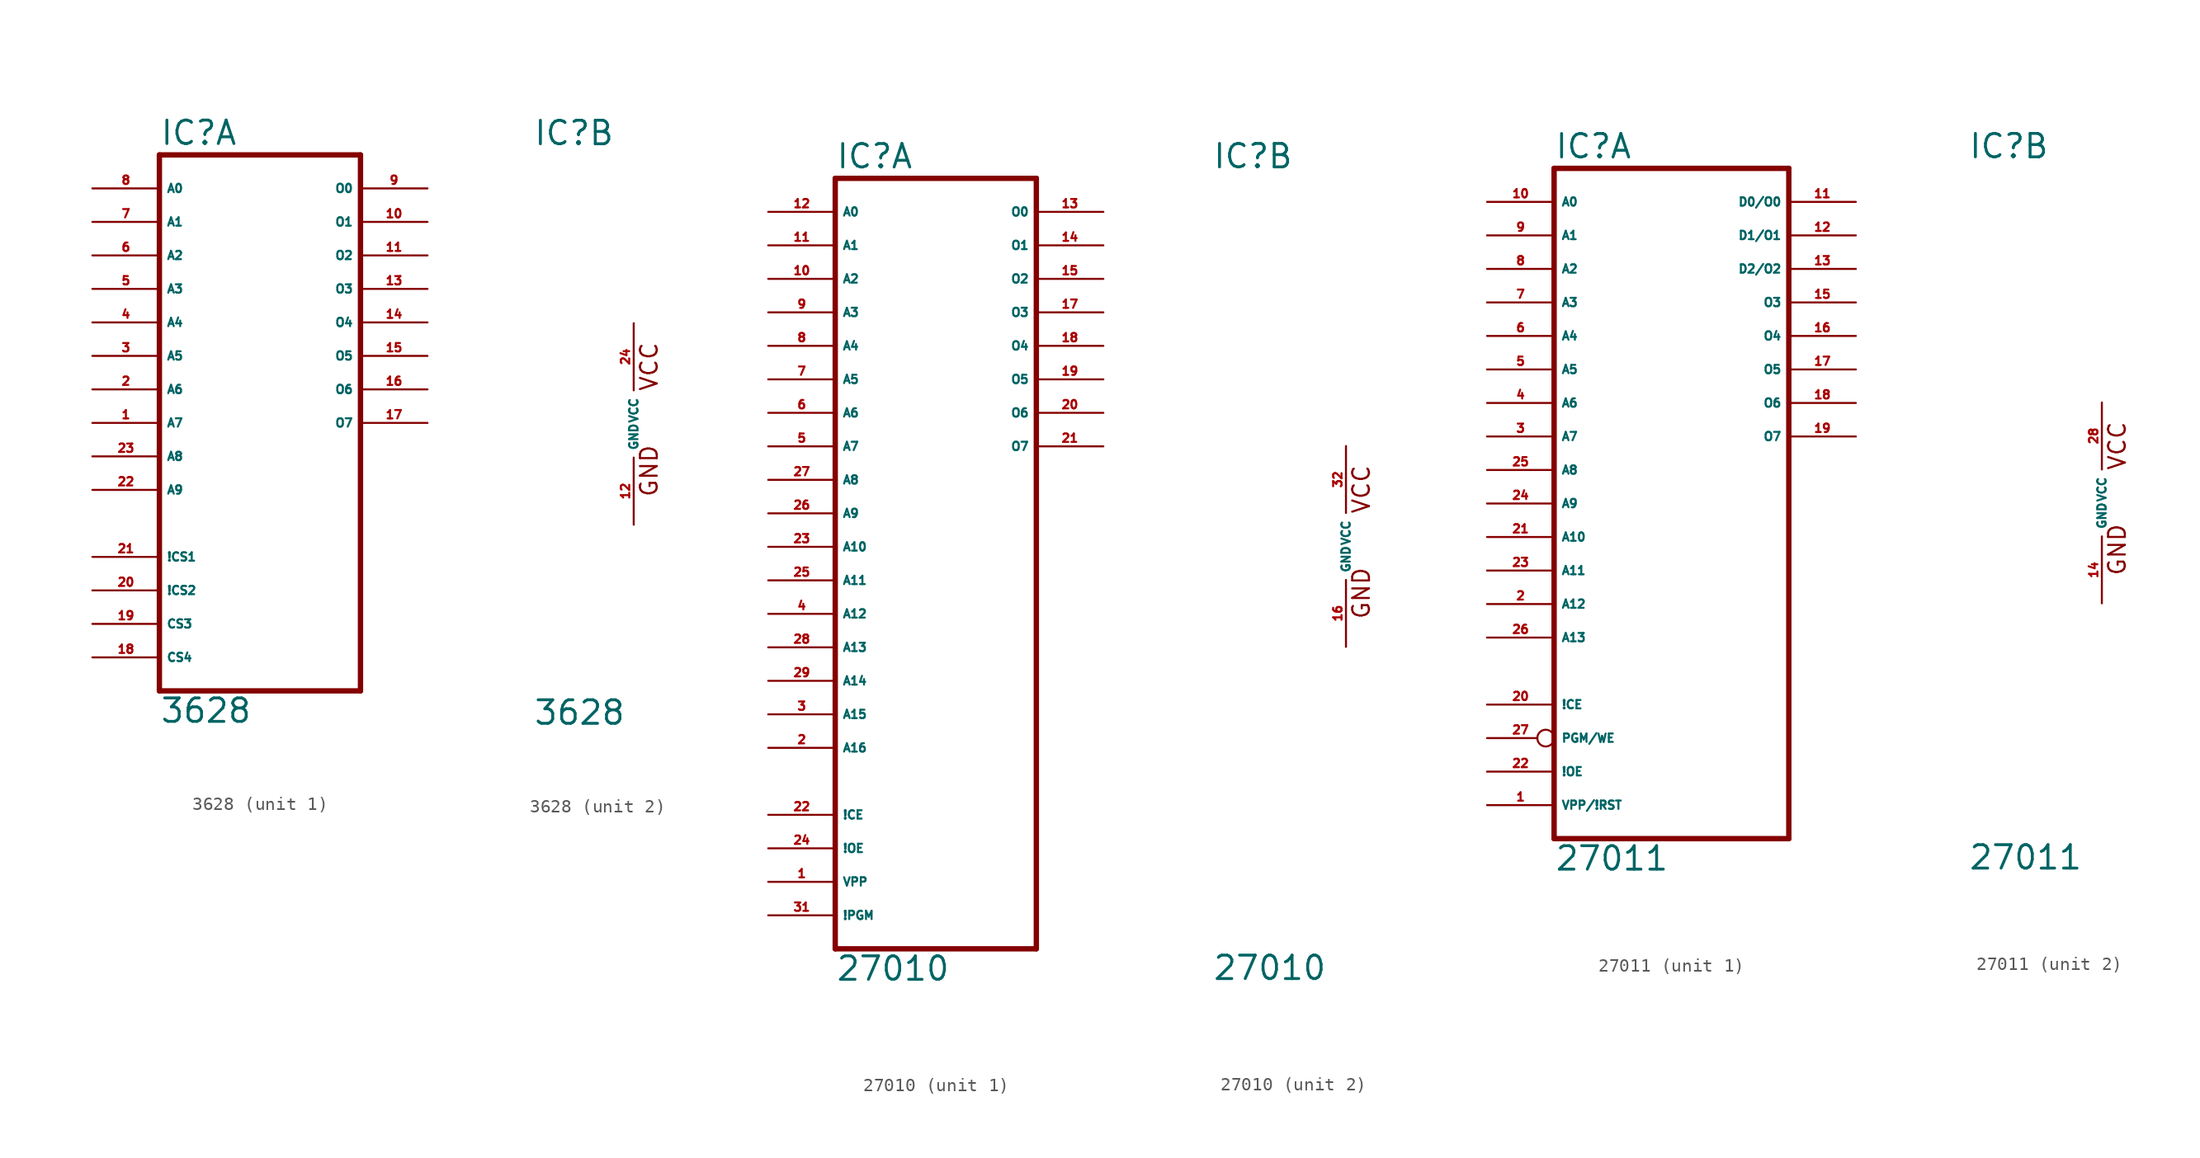
<source format=kicad_sym>
(kicad_symbol_lib
  (version 20220914)
  (generator Eagle2Kicad)
  (symbol "3628"
    (property "Reference" "IC"
      (at -7.62 20.955 0)
      (effects (font (size 1.778 1.778) (thickness 0.22)) (justify left bottom)))
    (property "Value" "3628"
      (at -7.62 -22.86 0)
      (effects (font (size 1.778 1.778) (thickness 0.22)) (justify left bottom)))
    (symbol "3628_1_0"
      (polyline (pts (xy -7.62 -20.32) (xy 7.62 -20.32)) (stroke (width 0.406) (type default)) (fill (type none)))
      (polyline (pts (xy 7.62 -20.32) (xy 7.62 20.32)) (stroke (width 0.406) (type default)) (fill (type none)))
      (polyline (pts (xy 7.62 20.32) (xy -7.62 20.32)) (stroke (width 0.406) (type default)) (fill (type none)))
      (polyline (pts (xy -7.62 20.32) (xy -7.62 -20.32)) (stroke (width 0.406) (type default)) (fill (type none)))
      (pin input line (at -12.7 0 0) (length 5.08) (name "A7" (effects (font (size 0.635 0.635) (thickness 0.08)) (justify left bottom))) (number "1" (effects (font (size 0.635 0.635) (thickness 0.08)) (justify left bottom))))
      (pin input line (at -12.7 2.54 0) (length 5.08) (name "A6" (effects (font (size 0.635 0.635) (thickness 0.08)) (justify left bottom))) (number "2" (effects (font (size 0.635 0.635) (thickness 0.08)) (justify left bottom))))
      (pin input line (at -12.7 5.08 0) (length 5.08) (name "A5" (effects (font (size 0.635 0.635) (thickness 0.08)) (justify left bottom))) (number "3" (effects (font (size 0.635 0.635) (thickness 0.08)) (justify left bottom))))
      (pin input line (at -12.7 7.62 0) (length 5.08) (name "A4" (effects (font (size 0.635 0.635) (thickness 0.08)) (justify left bottom))) (number "4" (effects (font (size 0.635 0.635) (thickness 0.08)) (justify left bottom))))
      (pin input line (at -12.7 10.16 0) (length 5.08) (name "A3" (effects (font (size 0.635 0.635) (thickness 0.08)) (justify left bottom))) (number "5" (effects (font (size 0.635 0.635) (thickness 0.08)) (justify left bottom))))
      (pin input line (at -12.7 12.7 0) (length 5.08) (name "A2" (effects (font (size 0.635 0.635) (thickness 0.08)) (justify left bottom))) (number "6" (effects (font (size 0.635 0.635) (thickness 0.08)) (justify left bottom))))
      (pin input line (at -12.7 15.24 0) (length 5.08) (name "A1" (effects (font (size 0.635 0.635) (thickness 0.08)) (justify left bottom))) (number "7" (effects (font (size 0.635 0.635) (thickness 0.08)) (justify left bottom))))
      (pin input line (at -12.7 17.78 0) (length 5.08) (name "A0" (effects (font (size 0.635 0.635) (thickness 0.08)) (justify left bottom))) (number "8" (effects (font (size 0.635 0.635) (thickness 0.08)) (justify left bottom))))
      (pin tri_state line (at 12.7 17.78 180) (length 5.08) (name "O0" (effects (font (size 0.635 0.635) (thickness 0.08)) (justify left bottom))) (number "9" (effects (font (size 0.635 0.635) (thickness 0.08)) (justify left bottom))))
      (pin tri_state line (at 12.7 15.24 180) (length 5.08) (name "O1" (effects (font (size 0.635 0.635) (thickness 0.08)) (justify left bottom))) (number "10" (effects (font (size 0.635 0.635) (thickness 0.08)) (justify left bottom))))
      (pin tri_state line (at 12.7 12.7 180) (length 5.08) (name "O2" (effects (font (size 0.635 0.635) (thickness 0.08)) (justify left bottom))) (number "11" (effects (font (size 0.635 0.635) (thickness 0.08)) (justify left bottom))))
      (pin tri_state line (at 12.7 10.16 180) (length 5.08) (name "O3" (effects (font (size 0.635 0.635) (thickness 0.08)) (justify left bottom))) (number "13" (effects (font (size 0.635 0.635) (thickness 0.08)) (justify left bottom))))
      (pin tri_state line (at 12.7 7.62 180) (length 5.08) (name "O4" (effects (font (size 0.635 0.635) (thickness 0.08)) (justify left bottom))) (number "14" (effects (font (size 0.635 0.635) (thickness 0.08)) (justify left bottom))))
      (pin tri_state line (at 12.7 5.08 180) (length 5.08) (name "O5" (effects (font (size 0.635 0.635) (thickness 0.08)) (justify left bottom))) (number "15" (effects (font (size 0.635 0.635) (thickness 0.08)) (justify left bottom))))
      (pin tri_state line (at 12.7 2.54 180) (length 5.08) (name "O6" (effects (font (size 0.635 0.635) (thickness 0.08)) (justify left bottom))) (number "16" (effects (font (size 0.635 0.635) (thickness 0.08)) (justify left bottom))))
      (pin tri_state line (at 12.7 0 180) (length 5.08) (name "O7" (effects (font (size 0.635 0.635) (thickness 0.08)) (justify left bottom))) (number "17" (effects (font (size 0.635 0.635) (thickness 0.08)) (justify left bottom))))
      (pin input line (at -12.7 -17.78 0) (length 5.08) (name "CS4" (effects (font (size 0.635 0.635) (thickness 0.08)) (justify left bottom))) (number "18" (effects (font (size 0.635 0.635) (thickness 0.08)) (justify left bottom))))
      (pin input line (at -12.7 -15.24 0) (length 5.08) (name "CS3" (effects (font (size 0.635 0.635) (thickness 0.08)) (justify left bottom))) (number "19" (effects (font (size 0.635 0.635) (thickness 0.08)) (justify left bottom))))
      (pin input line (at -12.7 -12.7 0) (length 5.08) (name "!CS2" (effects (font (size 0.635 0.635) (thickness 0.08)) (justify left bottom))) (number "20" (effects (font (size 0.635 0.635) (thickness 0.08)) (justify left bottom))))
      (pin input line (at -12.7 -10.16 0) (length 5.08) (name "!CS1" (effects (font (size 0.635 0.635) (thickness 0.08)) (justify left bottom))) (number "21" (effects (font (size 0.635 0.635) (thickness 0.08)) (justify left bottom))))
      (pin input line (at -12.7 -5.08 0) (length 5.08) (name "A9" (effects (font (size 0.635 0.635) (thickness 0.08)) (justify left bottom))) (number "22" (effects (font (size 0.635 0.635) (thickness 0.08)) (justify left bottom))))
      (pin input line (at -12.7 -2.54 0) (length 5.08) (name "A8" (effects (font (size 0.635 0.635) (thickness 0.08)) (justify left bottom))) (number "23" (effects (font (size 0.635 0.635) (thickness 0.08)) (justify left bottom)))))
    (symbol "3628_2_0"
      (text "GND" (at 1.905 -5.588 900) (effects (font (size 1.27 1.27) (thickness 0.16)) (justify left bottom)))
      (text "VCC" (at 1.905 2.413 900) (effects (font (size 1.27 1.27) (thickness 0.16)) (justify left bottom)))
      (pin unspecified line (at 0 -7.62 90) (length 5.08) (name "GND" (effects (font (size 0.635 0.635) (thickness 0.08)) (justify left bottom))) (number "12" (effects (font (size 0.635 0.635) (thickness 0.08)) (justify left bottom))))
      (pin unspecified line (at 0 7.62 270) (length 5.08) (name "VCC" (effects (font (size 0.635 0.635) (thickness 0.08)) (justify left bottom))) (number "24" (effects (font (size 0.635 0.635) (thickness 0.08)) (justify left bottom))))))
  (symbol "27010"
    (property "Reference" "IC"
      (at -10.16 28.575 0)
      (effects (font (size 1.778 1.778) (thickness 0.22)) (justify left bottom)))
    (property "Value" "27010"
      (at -10.16 -33.02 0)
      (effects (font (size 1.778 1.778) (thickness 0.22)) (justify left bottom)))
    (symbol "27010_1_0"
      (polyline (pts (xy -10.16 -30.48) (xy 5.08 -30.48)) (stroke (width 0.406) (type default)) (fill (type none)))
      (polyline (pts (xy 5.08 -30.48) (xy 5.08 27.94)) (stroke (width 0.406) (type default)) (fill (type none)))
      (polyline (pts (xy 5.08 27.94) (xy -10.16 27.94)) (stroke (width 0.406) (type default)) (fill (type none)))
      (polyline (pts (xy -10.16 27.94) (xy -10.16 -30.48)) (stroke (width 0.406) (type default)) (fill (type none)))
      (pin input line (at -15.24 -25.4 0) (length 5.08) (name "VPP" (effects (font (size 0.635 0.635) (thickness 0.08)) (justify left bottom))) (number "1" (effects (font (size 0.635 0.635) (thickness 0.08)) (justify left bottom))))
      (pin input line (at -15.24 -15.24 0) (length 5.08) (name "A16" (effects (font (size 0.635 0.635) (thickness 0.08)) (justify left bottom))) (number "2" (effects (font (size 0.635 0.635) (thickness 0.08)) (justify left bottom))))
      (pin input line (at -15.24 -12.7 0) (length 5.08) (name "A15" (effects (font (size 0.635 0.635) (thickness 0.08)) (justify left bottom))) (number "3" (effects (font (size 0.635 0.635) (thickness 0.08)) (justify left bottom))))
      (pin input line (at -15.24 -5.08 0) (length 5.08) (name "A12" (effects (font (size 0.635 0.635) (thickness 0.08)) (justify left bottom))) (number "4" (effects (font (size 0.635 0.635) (thickness 0.08)) (justify left bottom))))
      (pin input line (at -15.24 7.62 0) (length 5.08) (name "A7" (effects (font (size 0.635 0.635) (thickness 0.08)) (justify left bottom))) (number "5" (effects (font (size 0.635 0.635) (thickness 0.08)) (justify left bottom))))
      (pin input line (at -15.24 10.16 0) (length 5.08) (name "A6" (effects (font (size 0.635 0.635) (thickness 0.08)) (justify left bottom))) (number "6" (effects (font (size 0.635 0.635) (thickness 0.08)) (justify left bottom))))
      (pin input line (at -15.24 12.7 0) (length 5.08) (name "A5" (effects (font (size 0.635 0.635) (thickness 0.08)) (justify left bottom))) (number "7" (effects (font (size 0.635 0.635) (thickness 0.08)) (justify left bottom))))
      (pin input line (at -15.24 15.24 0) (length 5.08) (name "A4" (effects (font (size 0.635 0.635) (thickness 0.08)) (justify left bottom))) (number "8" (effects (font (size 0.635 0.635) (thickness 0.08)) (justify left bottom))))
      (pin input line (at -15.24 17.78 0) (length 5.08) (name "A3" (effects (font (size 0.635 0.635) (thickness 0.08)) (justify left bottom))) (number "9" (effects (font (size 0.635 0.635) (thickness 0.08)) (justify left bottom))))
      (pin input line (at -15.24 20.32 0) (length 5.08) (name "A2" (effects (font (size 0.635 0.635) (thickness 0.08)) (justify left bottom))) (number "10" (effects (font (size 0.635 0.635) (thickness 0.08)) (justify left bottom))))
      (pin input line (at -15.24 22.86 0) (length 5.08) (name "A1" (effects (font (size 0.635 0.635) (thickness 0.08)) (justify left bottom))) (number "11" (effects (font (size 0.635 0.635) (thickness 0.08)) (justify left bottom))))
      (pin input line (at -15.24 25.4 0) (length 5.08) (name "A0" (effects (font (size 0.635 0.635) (thickness 0.08)) (justify left bottom))) (number "12" (effects (font (size 0.635 0.635) (thickness 0.08)) (justify left bottom))))
      (pin tri_state line (at 10.16 25.4 180) (length 5.08) (name "O0" (effects (font (size 0.635 0.635) (thickness 0.08)) (justify left bottom))) (number "13" (effects (font (size 0.635 0.635) (thickness 0.08)) (justify left bottom))))
      (pin tri_state line (at 10.16 22.86 180) (length 5.08) (name "O1" (effects (font (size 0.635 0.635) (thickness 0.08)) (justify left bottom))) (number "14" (effects (font (size 0.635 0.635) (thickness 0.08)) (justify left bottom))))
      (pin tri_state line (at 10.16 20.32 180) (length 5.08) (name "O2" (effects (font (size 0.635 0.635) (thickness 0.08)) (justify left bottom))) (number "15" (effects (font (size 0.635 0.635) (thickness 0.08)) (justify left bottom))))
      (pin tri_state line (at 10.16 17.78 180) (length 5.08) (name "O3" (effects (font (size 0.635 0.635) (thickness 0.08)) (justify left bottom))) (number "17" (effects (font (size 0.635 0.635) (thickness 0.08)) (justify left bottom))))
      (pin tri_state line (at 10.16 15.24 180) (length 5.08) (name "O4" (effects (font (size 0.635 0.635) (thickness 0.08)) (justify left bottom))) (number "18" (effects (font (size 0.635 0.635) (thickness 0.08)) (justify left bottom))))
      (pin tri_state line (at 10.16 12.7 180) (length 5.08) (name "O5" (effects (font (size 0.635 0.635) (thickness 0.08)) (justify left bottom))) (number "19" (effects (font (size 0.635 0.635) (thickness 0.08)) (justify left bottom))))
      (pin tri_state line (at 10.16 10.16 180) (length 5.08) (name "O6" (effects (font (size 0.635 0.635) (thickness 0.08)) (justify left bottom))) (number "20" (effects (font (size 0.635 0.635) (thickness 0.08)) (justify left bottom))))
      (pin tri_state line (at 10.16 7.62 180) (length 5.08) (name "O7" (effects (font (size 0.635 0.635) (thickness 0.08)) (justify left bottom))) (number "21" (effects (font (size 0.635 0.635) (thickness 0.08)) (justify left bottom))))
      (pin input line (at -15.24 -20.32 0) (length 5.08) (name "!CE" (effects (font (size 0.635 0.635) (thickness 0.08)) (justify left bottom))) (number "22" (effects (font (size 0.635 0.635) (thickness 0.08)) (justify left bottom))))
      (pin input line (at -15.24 0 0) (length 5.08) (name "A10" (effects (font (size 0.635 0.635) (thickness 0.08)) (justify left bottom))) (number "23" (effects (font (size 0.635 0.635) (thickness 0.08)) (justify left bottom))))
      (pin input line (at -15.24 -22.86 0) (length 5.08) (name "!OE" (effects (font (size 0.635 0.635) (thickness 0.08)) (justify left bottom))) (number "24" (effects (font (size 0.635 0.635) (thickness 0.08)) (justify left bottom))))
      (pin input line (at -15.24 -2.54 0) (length 5.08) (name "A11" (effects (font (size 0.635 0.635) (thickness 0.08)) (justify left bottom))) (number "25" (effects (font (size 0.635 0.635) (thickness 0.08)) (justify left bottom))))
      (pin input line (at -15.24 2.54 0) (length 5.08) (name "A9" (effects (font (size 0.635 0.635) (thickness 0.08)) (justify left bottom))) (number "26" (effects (font (size 0.635 0.635) (thickness 0.08)) (justify left bottom))))
      (pin input line (at -15.24 5.08 0) (length 5.08) (name "A8" (effects (font (size 0.635 0.635) (thickness 0.08)) (justify left bottom))) (number "27" (effects (font (size 0.635 0.635) (thickness 0.08)) (justify left bottom))))
      (pin input line (at -15.24 -7.62 0) (length 5.08) (name "A13" (effects (font (size 0.635 0.635) (thickness 0.08)) (justify left bottom))) (number "28" (effects (font (size 0.635 0.635) (thickness 0.08)) (justify left bottom))))
      (pin input line (at -15.24 -10.16 0) (length 5.08) (name "A14" (effects (font (size 0.635 0.635) (thickness 0.08)) (justify left bottom))) (number "29" (effects (font (size 0.635 0.635) (thickness 0.08)) (justify left bottom))))
      (pin input line (at -15.24 -27.94 0) (length 5.08) (name "!PGM" (effects (font (size 0.635 0.635) (thickness 0.08)) (justify left bottom))) (number "31" (effects (font (size 0.635 0.635) (thickness 0.08)) (justify left bottom)))))
    (symbol "27010_2_0"
      (text "GND" (at 1.905 -5.588 900) (effects (font (size 1.27 1.27) (thickness 0.16)) (justify left bottom)))
      (text "VCC" (at 1.905 2.413 900) (effects (font (size 1.27 1.27) (thickness 0.16)) (justify left bottom)))
      (pin unspecified line (at 0 -7.62 90) (length 5.08) (name "GND" (effects (font (size 0.635 0.635) (thickness 0.08)) (justify left bottom))) (number "16" (effects (font (size 0.635 0.635) (thickness 0.08)) (justify left bottom))))
      (pin unspecified line (at 0 7.62 270) (length 5.08) (name "VCC" (effects (font (size 0.635 0.635) (thickness 0.08)) (justify left bottom))) (number "32" (effects (font (size 0.635 0.635) (thickness 0.08)) (justify left bottom))))))
  (symbol "27011"
    (property "Reference" "IC"
      (at -10.16 26.035 0)
      (effects (font (size 1.778 1.778) (thickness 0.22)) (justify left bottom)))
    (property "Value" "27011"
      (at -10.16 -27.94 0)
      (effects (font (size 1.778 1.778) (thickness 0.22)) (justify left bottom)))
    (symbol "27011_1_0"
      (polyline (pts (xy -10.16 -25.4) (xy 7.62 -25.4)) (stroke (width 0.406) (type default)) (fill (type none)))
      (polyline (pts (xy 7.62 -25.4) (xy 7.62 25.4)) (stroke (width 0.406) (type default)) (fill (type none)))
      (polyline (pts (xy 7.62 25.4) (xy -10.16 25.4)) (stroke (width 0.406) (type default)) (fill (type none)))
      (polyline (pts (xy -10.16 25.4) (xy -10.16 -25.4)) (stroke (width 0.406) (type default)) (fill (type none)))
      (pin input line (at -15.24 -22.86 0) (length 5.08) (name "VPP/!RST" (effects (font (size 0.635 0.635) (thickness 0.08)) (justify left bottom))) (number "1" (effects (font (size 0.635 0.635) (thickness 0.08)) (justify left bottom))))
      (pin input line (at -15.24 -7.62 0) (length 5.08) (name "A12" (effects (font (size 0.635 0.635) (thickness 0.08)) (justify left bottom))) (number "2" (effects (font (size 0.635 0.635) (thickness 0.08)) (justify left bottom))))
      (pin input line (at -15.24 5.08 0) (length 5.08) (name "A7" (effects (font (size 0.635 0.635) (thickness 0.08)) (justify left bottom))) (number "3" (effects (font (size 0.635 0.635) (thickness 0.08)) (justify left bottom))))
      (pin input line (at -15.24 7.62 0) (length 5.08) (name "A6" (effects (font (size 0.635 0.635) (thickness 0.08)) (justify left bottom))) (number "4" (effects (font (size 0.635 0.635) (thickness 0.08)) (justify left bottom))))
      (pin input line (at -15.24 10.16 0) (length 5.08) (name "A5" (effects (font (size 0.635 0.635) (thickness 0.08)) (justify left bottom))) (number "5" (effects (font (size 0.635 0.635) (thickness 0.08)) (justify left bottom))))
      (pin input line (at -15.24 12.7 0) (length 5.08) (name "A4" (effects (font (size 0.635 0.635) (thickness 0.08)) (justify left bottom))) (number "6" (effects (font (size 0.635 0.635) (thickness 0.08)) (justify left bottom))))
      (pin input line (at -15.24 15.24 0) (length 5.08) (name "A3" (effects (font (size 0.635 0.635) (thickness 0.08)) (justify left bottom))) (number "7" (effects (font (size 0.635 0.635) (thickness 0.08)) (justify left bottom))))
      (pin input line (at -15.24 17.78 0) (length 5.08) (name "A2" (effects (font (size 0.635 0.635) (thickness 0.08)) (justify left bottom))) (number "8" (effects (font (size 0.635 0.635) (thickness 0.08)) (justify left bottom))))
      (pin input line (at -15.24 20.32 0) (length 5.08) (name "A1" (effects (font (size 0.635 0.635) (thickness 0.08)) (justify left bottom))) (number "9" (effects (font (size 0.635 0.635) (thickness 0.08)) (justify left bottom))))
      (pin input line (at -15.24 22.86 0) (length 5.08) (name "A0" (effects (font (size 0.635 0.635) (thickness 0.08)) (justify left bottom))) (number "10" (effects (font (size 0.635 0.635) (thickness 0.08)) (justify left bottom))))
      (pin tri_state line (at 12.7 22.86 180) (length 5.08) (name "D0/O0" (effects (font (size 0.635 0.635) (thickness 0.08)) (justify left bottom))) (number "11" (effects (font (size 0.635 0.635) (thickness 0.08)) (justify left bottom))))
      (pin tri_state line (at 12.7 20.32 180) (length 5.08) (name "D1/O1" (effects (font (size 0.635 0.635) (thickness 0.08)) (justify left bottom))) (number "12" (effects (font (size 0.635 0.635) (thickness 0.08)) (justify left bottom))))
      (pin tri_state line (at 12.7 17.78 180) (length 5.08) (name "D2/O2" (effects (font (size 0.635 0.635) (thickness 0.08)) (justify left bottom))) (number "13" (effects (font (size 0.635 0.635) (thickness 0.08)) (justify left bottom))))
      (pin tri_state line (at 12.7 15.24 180) (length 5.08) (name "O3" (effects (font (size 0.635 0.635) (thickness 0.08)) (justify left bottom))) (number "15" (effects (font (size 0.635 0.635) (thickness 0.08)) (justify left bottom))))
      (pin tri_state line (at 12.7 12.7 180) (length 5.08) (name "O4" (effects (font (size 0.635 0.635) (thickness 0.08)) (justify left bottom))) (number "16" (effects (font (size 0.635 0.635) (thickness 0.08)) (justify left bottom))))
      (pin tri_state line (at 12.7 10.16 180) (length 5.08) (name "O5" (effects (font (size 0.635 0.635) (thickness 0.08)) (justify left bottom))) (number "17" (effects (font (size 0.635 0.635) (thickness 0.08)) (justify left bottom))))
      (pin tri_state line (at 12.7 7.62 180) (length 5.08) (name "O6" (effects (font (size 0.635 0.635) (thickness 0.08)) (justify left bottom))) (number "18" (effects (font (size 0.635 0.635) (thickness 0.08)) (justify left bottom))))
      (pin tri_state line (at 12.7 5.08 180) (length 5.08) (name "O7" (effects (font (size 0.635 0.635) (thickness 0.08)) (justify left bottom))) (number "19" (effects (font (size 0.635 0.635) (thickness 0.08)) (justify left bottom))))
      (pin input line (at -15.24 -15.24 0) (length 5.08) (name "!CE" (effects (font (size 0.635 0.635) (thickness 0.08)) (justify left bottom))) (number "20" (effects (font (size 0.635 0.635) (thickness 0.08)) (justify left bottom))))
      (pin input line (at -15.24 -2.54 0) (length 5.08) (name "A10" (effects (font (size 0.635 0.635) (thickness 0.08)) (justify left bottom))) (number "21" (effects (font (size 0.635 0.635) (thickness 0.08)) (justify left bottom))))
      (pin input line (at -15.24 -20.32 0) (length 5.08) (name "!OE" (effects (font (size 0.635 0.635) (thickness 0.08)) (justify left bottom))) (number "22" (effects (font (size 0.635 0.635) (thickness 0.08)) (justify left bottom))))
      (pin input line (at -15.24 -5.08 0) (length 5.08) (name "A11" (effects (font (size 0.635 0.635) (thickness 0.08)) (justify left bottom))) (number "23" (effects (font (size 0.635 0.635) (thickness 0.08)) (justify left bottom))))
      (pin input line (at -15.24 0 0) (length 5.08) (name "A9" (effects (font (size 0.635 0.635) (thickness 0.08)) (justify left bottom))) (number "24" (effects (font (size 0.635 0.635) (thickness 0.08)) (justify left bottom))))
      (pin input line (at -15.24 2.54 0) (length 5.08) (name "A8" (effects (font (size 0.635 0.635) (thickness 0.08)) (justify left bottom))) (number "25" (effects (font (size 0.635 0.635) (thickness 0.08)) (justify left bottom))))
      (pin input line (at -15.24 -10.16 0) (length 5.08) (name "A13" (effects (font (size 0.635 0.635) (thickness 0.08)) (justify left bottom))) (number "26" (effects (font (size 0.635 0.635) (thickness 0.08)) (justify left bottom))))
      (pin input inverted (at -15.24 -17.78 0) (length 5.08) (name "PGM/WE" (effects (font (size 0.635 0.635) (thickness 0.08)) (justify left bottom))) (number "27" (effects (font (size 0.635 0.635) (thickness 0.08)) (justify left bottom)))))
    (symbol "27011_2_0"
      (text "GND" (at 1.905 -5.588 900) (effects (font (size 1.27 1.27) (thickness 0.16)) (justify left bottom)))
      (text "VCC" (at 1.905 2.413 900) (effects (font (size 1.27 1.27) (thickness 0.16)) (justify left bottom)))
      (pin unspecified line (at 0 -7.62 90) (length 5.08) (name "GND" (effects (font (size 0.635 0.635) (thickness 0.08)) (justify left bottom))) (number "14" (effects (font (size 0.635 0.635) (thickness 0.08)) (justify left bottom))))
      (pin unspecified line (at 0 7.62 270) (length 5.08) (name "VCC" (effects (font (size 0.635 0.635) (thickness 0.08)) (justify left bottom))) (number "28" (effects (font (size 0.635 0.635) (thickness 0.08)) (justify left bottom)))))))
</source>
